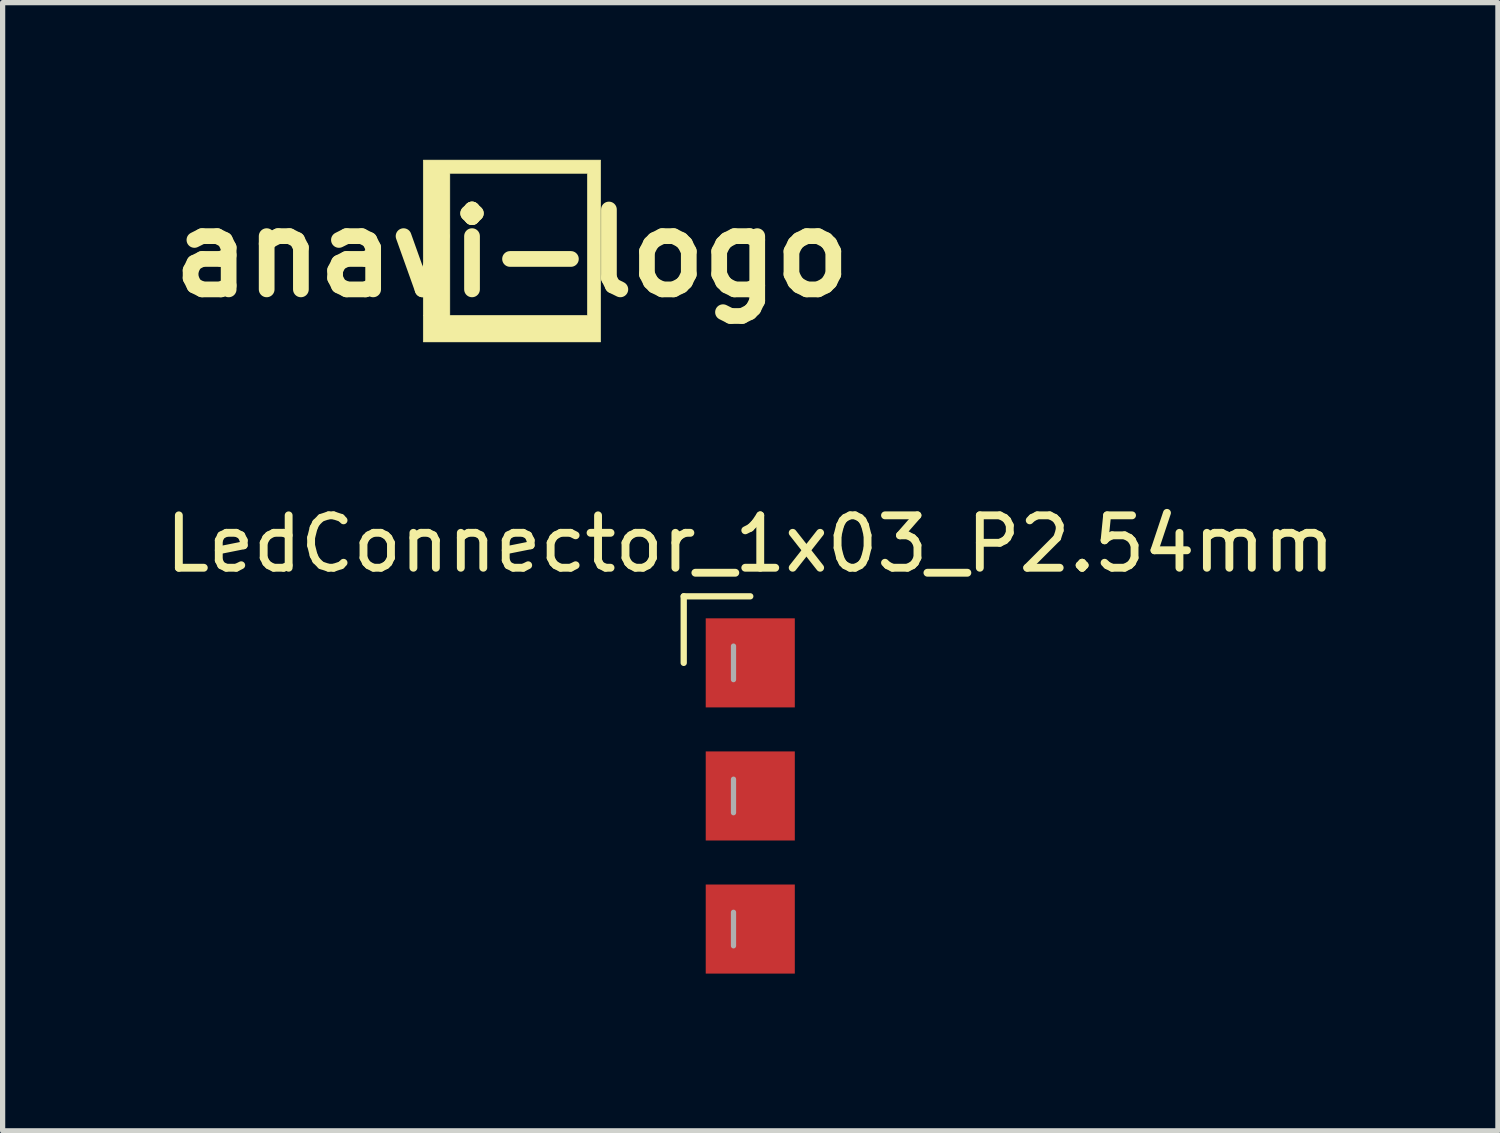
<source format=kicad_pcb>
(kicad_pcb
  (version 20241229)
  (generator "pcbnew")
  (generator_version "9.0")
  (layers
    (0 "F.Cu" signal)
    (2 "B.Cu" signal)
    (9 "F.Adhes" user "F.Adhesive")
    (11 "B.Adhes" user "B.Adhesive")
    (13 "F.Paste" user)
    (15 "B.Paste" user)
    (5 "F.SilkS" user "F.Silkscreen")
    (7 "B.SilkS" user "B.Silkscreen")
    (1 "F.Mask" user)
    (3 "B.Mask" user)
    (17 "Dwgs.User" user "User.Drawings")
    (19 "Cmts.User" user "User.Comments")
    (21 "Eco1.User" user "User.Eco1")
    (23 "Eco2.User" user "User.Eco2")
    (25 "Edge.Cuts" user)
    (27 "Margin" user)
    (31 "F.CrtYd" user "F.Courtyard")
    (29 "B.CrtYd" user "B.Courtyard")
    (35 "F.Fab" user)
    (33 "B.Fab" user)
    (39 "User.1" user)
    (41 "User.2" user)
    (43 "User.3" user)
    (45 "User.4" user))
  (footprint "LedConnector_1x03_P2.54mm"
    (layer "F.Cu")
    (at 11.268 9.6)
    (property "Reference" "LedConnector_1x03_P2.54mm" (at 0 -2.27 180) (layer "F.SilkS") (effects (font (size 1 1) (thickness 0.15))))
    (attr through_hole)
    (fp_line (start -1.27 -1.27) (end 0 -1.27) (stroke (width 0.12) (type solid)) (layer "F.SilkS"))
    (fp_line (start -1.27 0) (end -1.27 -1.27) (stroke (width 0.12) (type solid)) (layer "F.SilkS"))
    (fp_line (start -0.32 -0.32) (end -0.32 0.32) (stroke (width 0.1) (type solid)) (layer "F.Fab"))
    (fp_line (start -0.32 2.22) (end -0.32 2.86) (stroke (width 0.1) (type solid)) (layer "F.Fab"))
    (fp_line (start -0.32 4.76) (end -0.32 5.4) (stroke (width 0.1) (type solid)) (layer "F.Fab"))
    (pad "1" smd rect (at 0 0) (size 1.7 1.7) (layers "F.Cu" "F.Mask" "F.Paste"))
    (pad "2" smd rect (at 0 2.54) (size 1.7 1.7) (layers "F.Cu" "F.Mask" "F.Paste"))
    (pad "3" smd rect (at 0 5.08) (size 1.7 1.7) (layers "F.Cu" "F.Mask" "F.Paste")))
  (footprint "anavi-logo"
    (layer "F.Cu")
    (at 6.72 1.783)
    (property "Reference" "anavi-logo" (at 0 0 0) (layer "F.SilkS") (effects (font (size 1.524 1.524) (thickness 0.3))))
    (attr through_hole)
    (fp_poly (pts (xy 1.693 1.693) (xy -1.693 1.693) (xy -1.693 -1.524) (xy -1.185 -1.524) (xy -1.185 1.185) (xy 1.439 1.185) (xy 1.439 -1.524) (xy -1.185 -1.524) (xy -1.693 -1.524) (xy -1.693 -1.778) (xy 1.693 -1.778) (xy 1.693 1.693)) (stroke (width 0.01) (type solid)) (fill yes) (layer "F.SilkS")))
  (gr_rect
    (start -3 -3)
    (end 25.536 18.53)
    (stroke (width 0.1) (type default))
    (fill no)
    (layer "Edge.Cuts")))
</source>
